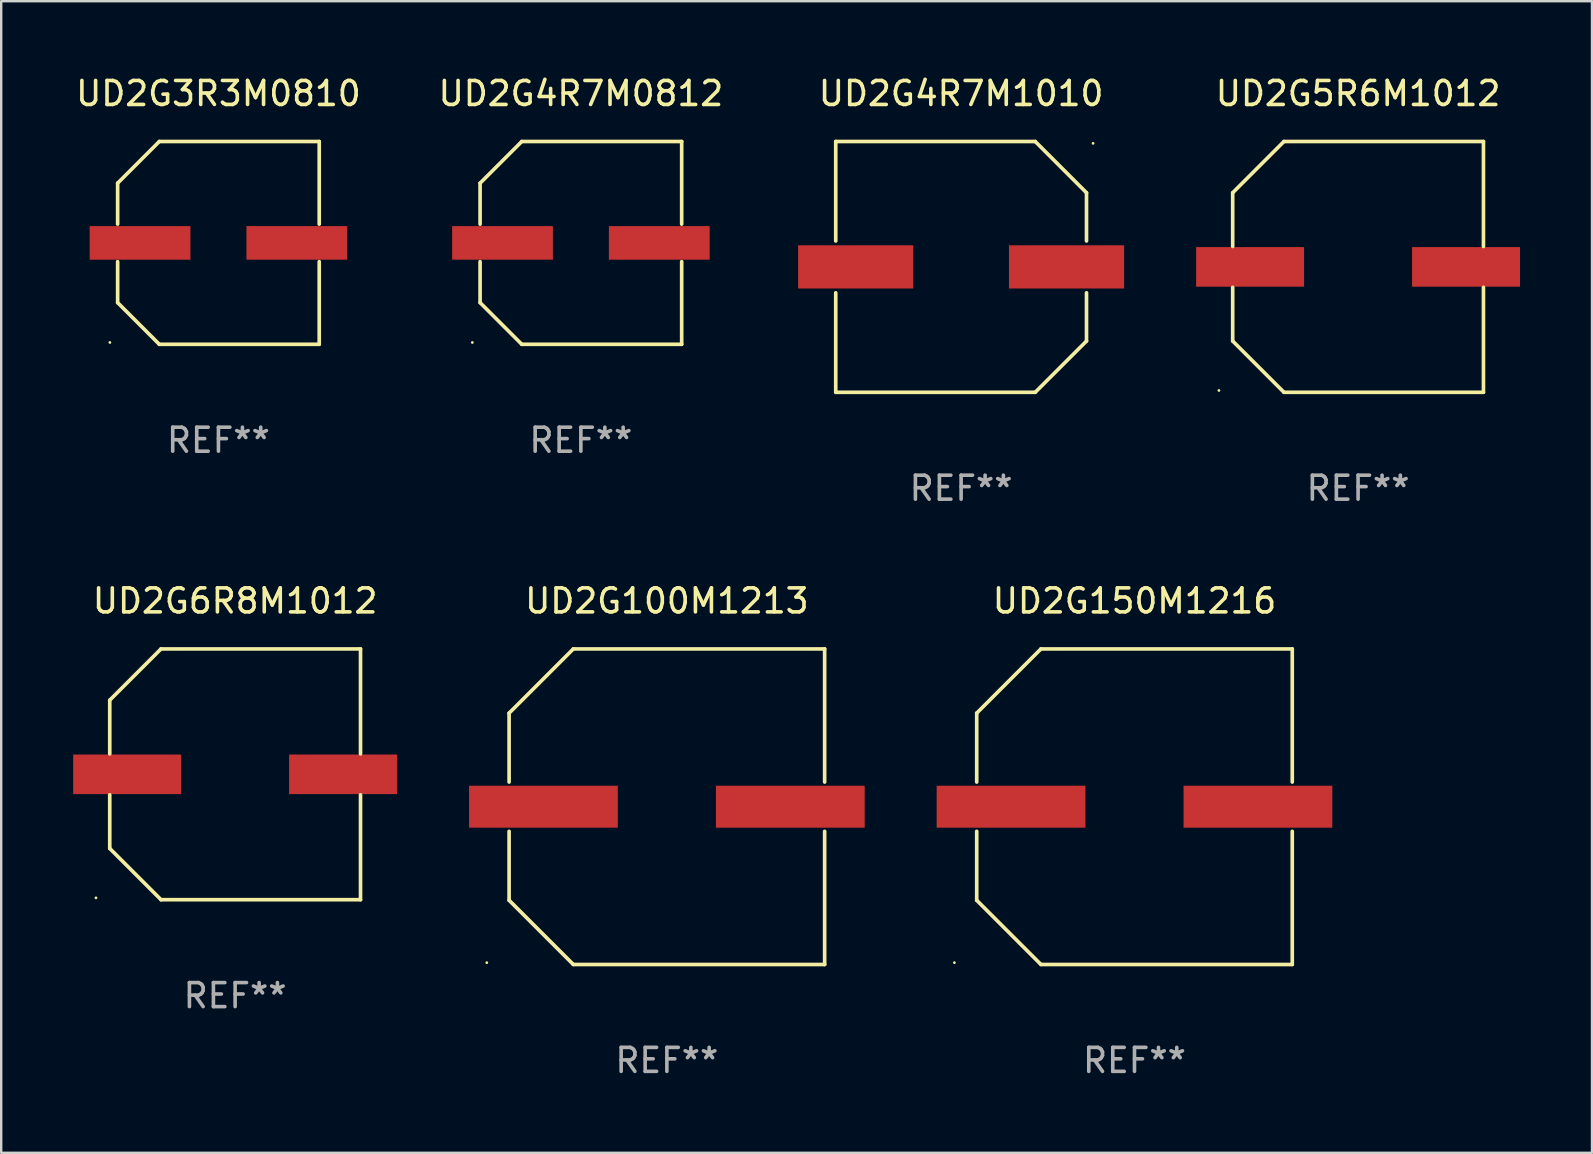
<source format=kicad_pcb>
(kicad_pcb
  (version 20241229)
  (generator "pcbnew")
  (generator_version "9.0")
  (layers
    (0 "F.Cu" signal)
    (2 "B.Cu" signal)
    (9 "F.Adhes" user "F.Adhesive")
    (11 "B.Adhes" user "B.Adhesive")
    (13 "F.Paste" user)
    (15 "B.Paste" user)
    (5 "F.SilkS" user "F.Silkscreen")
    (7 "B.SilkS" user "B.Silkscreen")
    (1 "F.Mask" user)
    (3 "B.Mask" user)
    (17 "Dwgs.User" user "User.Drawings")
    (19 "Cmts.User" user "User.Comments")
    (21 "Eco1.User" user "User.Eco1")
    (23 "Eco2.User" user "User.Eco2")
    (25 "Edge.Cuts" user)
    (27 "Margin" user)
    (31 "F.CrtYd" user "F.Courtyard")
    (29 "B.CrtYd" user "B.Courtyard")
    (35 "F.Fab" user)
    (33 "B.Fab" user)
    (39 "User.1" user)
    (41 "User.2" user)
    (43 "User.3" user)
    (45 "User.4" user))
  (footprint "UD2G4R7M0812"
    (layer "F.Cu")
    (at 21.161 7.074)
    (property "Reference" "UD2G4R7M0812" (at 0 -6.226 0) (layer "F.SilkS") (effects (font (size 1 1) (thickness 0.15))))
    (attr through_hole)
    (fp_line (start -4.201 -2.49) (end -4.201 -0.782) (stroke (width 0.152) (type solid)) (layer "F.SilkS"))
    (fp_line (start -4.201 2.49) (end -4.201 0.782) (stroke (width 0.152) (type solid)) (layer "F.SilkS"))
    (fp_line (start -2.465 -4.226) (end -4.201 -2.49) (stroke (width 0.152) (type solid)) (layer "F.SilkS"))
    (fp_line (start -2.465 4.226) (end -4.201 2.49) (stroke (width 0.152) (type solid)) (layer "F.SilkS"))
    (fp_line (start 4.201 -4.226) (end -2.465 -4.226) (stroke (width 0.152) (type solid)) (layer "F.SilkS"))
    (fp_line (start 4.201 -0.782) (end 4.201 -4.226) (stroke (width 0.152) (type solid)) (layer "F.SilkS"))
    (fp_line (start 4.201 0.782) (end 4.201 4.226) (stroke (width 0.152) (type solid)) (layer "F.SilkS"))
    (fp_line (start 4.201 4.226) (end -2.465 4.226) (stroke (width 0.152) (type solid)) (layer "F.SilkS"))
    (fp_circle (center -4.524 4.15) (end -4.494 4.15) (stroke (width 0.06) (type solid)) (fill no) (layer "F.SilkS"))
    (fp_text user "REF**" (at 0 8.226 0) (layer "F.Fab") (effects (font (size 1 1) (thickness 0.15))))
    (pad "1" smd rect (at -3.267 0) (size 4.2 1.4) (layers "F.Cu" "F.Mask" "F.Paste"))
    (pad "2" smd rect (at 3.267 0) (size 4.2 1.4) (layers "F.Cu" "F.Mask" "F.Paste")))
  (footprint "UD2G3R3M0810"
    (layer "F.Cu")
    (at 6.054 7.074)
    (property "Reference" "UD2G3R3M0810" (at 0 -6.226 0) (layer "F.SilkS") (effects (font (size 1 1) (thickness 0.15))))
    (attr through_hole)
    (fp_line (start -4.201 -2.49) (end -4.201 -0.782) (stroke (width 0.152) (type solid)) (layer "F.SilkS"))
    (fp_line (start -4.201 2.49) (end -4.201 0.782) (stroke (width 0.152) (type solid)) (layer "F.SilkS"))
    (fp_line (start -2.465 -4.226) (end -4.201 -2.49) (stroke (width 0.152) (type solid)) (layer "F.SilkS"))
    (fp_line (start -2.465 4.226) (end -4.201 2.49) (stroke (width 0.152) (type solid)) (layer "F.SilkS"))
    (fp_line (start 4.201 -4.226) (end -2.465 -4.226) (stroke (width 0.152) (type solid)) (layer "F.SilkS"))
    (fp_line (start 4.201 -0.782) (end 4.201 -4.226) (stroke (width 0.152) (type solid)) (layer "F.SilkS"))
    (fp_line (start 4.201 0.782) (end 4.201 4.226) (stroke (width 0.152) (type solid)) (layer "F.SilkS"))
    (fp_line (start 4.201 4.226) (end -2.465 4.226) (stroke (width 0.152) (type solid)) (layer "F.SilkS"))
    (fp_circle (center -4.524 4.15) (end -4.494 4.15) (stroke (width 0.06) (type solid)) (fill no) (layer "F.SilkS"))
    (fp_text user "REF**" (at 0 8.226 0) (layer "F.Fab") (effects (font (size 1 1) (thickness 0.15))))
    (pad "1" smd rect (at -3.267 0) (size 4.2 1.4) (layers "F.Cu" "F.Mask" "F.Paste"))
    (pad "2" smd rect (at 3.267 0) (size 4.2 1.4) (layers "F.Cu" "F.Mask" "F.Paste")))
  (footprint "UD2G5R6M1012"
    (layer "F.Cu")
    (at 53.554 8.074)
    (property "Reference" "UD2G5R6M1012" (at 0 -7.226 0) (layer "F.SilkS") (effects (font (size 1 1) (thickness 0.15))))
    (attr through_hole)
    (fp_line (start -5.226 -3.09) (end -5.226 -0.852) (stroke (width 0.152) (type solid)) (layer "F.SilkS"))
    (fp_line (start -5.226 3.09) (end -5.226 0.852) (stroke (width 0.152) (type solid)) (layer "F.SilkS"))
    (fp_line (start -3.09 -5.226) (end -5.226 -3.09) (stroke (width 0.152) (type solid)) (layer "F.SilkS"))
    (fp_line (start -3.09 5.226) (end -5.226 3.09) (stroke (width 0.152) (type solid)) (layer "F.SilkS"))
    (fp_line (start 5.226 -5.226) (end -3.09 -5.226) (stroke (width 0.152) (type solid)) (layer "F.SilkS"))
    (fp_line (start 5.226 -0.852) (end 5.226 -5.226) (stroke (width 0.152) (type solid)) (layer "F.SilkS"))
    (fp_line (start 5.226 0.852) (end 5.226 5.226) (stroke (width 0.152) (type solid)) (layer "F.SilkS"))
    (fp_line (start 5.226 5.226) (end -3.09 5.226) (stroke (width 0.152) (type solid)) (layer "F.SilkS"))
    (fp_circle (center -5.8 5.15) (end -5.77 5.15) (stroke (width 0.06) (type solid)) (fill no) (layer "F.SilkS"))
    (fp_text user "REF**" (at 0 9.226 0) (layer "F.Fab") (effects (font (size 1 1) (thickness 0.15))))
    (pad "1" smd rect (at -4.5 0) (size 4.5 1.65) (layers "F.Cu" "F.Mask" "F.Paste"))
    (pad "2" smd rect (at 4.5 0) (size 4.5 1.65) (layers "F.Cu" "F.Mask" "F.Paste")))
  (footprint "UD2G4R7M1010"
    (layer "F.Cu")
    (at 37.009 8.074)
    (property "Reference" "UD2G4R7M1010" (at 0 -7.226 0) (layer "F.SilkS") (effects (font (size 1 1) (thickness 0.15))))
    (attr through_hole)
    (fp_line (start -5.226 -5.226) (end -5.226 -1.08) (stroke (width 0.152) (type solid)) (layer "F.SilkS"))
    (fp_line (start -5.226 -5.226) (end 3.09 -5.226) (stroke (width 0.152) (type solid)) (layer "F.SilkS"))
    (fp_line (start -5.226 1.08) (end -5.226 5.226) (stroke (width 0.152) (type solid)) (layer "F.SilkS"))
    (fp_line (start -5.226 5.226) (end 3.09 5.226) (stroke (width 0.152) (type solid)) (layer "F.SilkS"))
    (fp_line (start 3.09 -5.226) (end 5.226 -3.09) (stroke (width 0.152) (type solid)) (layer "F.SilkS"))
    (fp_line (start 3.09 5.226) (end 5.226 3.09) (stroke (width 0.152) (type solid)) (layer "F.SilkS"))
    (fp_line (start 5.226 -1.08) (end 5.226 -3.09) (stroke (width 0.152) (type solid)) (layer "F.SilkS"))
    (fp_line (start 5.226 3.09) (end 5.226 1.08) (stroke (width 0.152) (type solid)) (layer "F.SilkS"))
    (fp_circle (center 5.5 -5.15) (end 5.53 -5.15) (stroke (width 0.06) (type solid)) (fill no) (layer "F.SilkS"))
    (fp_text user "REF**" (at 0 9.226 0) (layer "F.Fab") (effects (font (size 1 1) (thickness 0.15))))
    (pad "1" smd rect (at 4.395 0 180) (size 4.8 1.8) (layers "F.Cu" "F.Mask" "F.Paste"))
    (pad "2" smd rect (at -4.395 0 180) (size 4.8 1.8) (layers "F.Cu" "F.Mask" "F.Paste")))
  (footprint "UD2G150M1216"
    (layer "F.Cu")
    (at 44.235 30.573)
    (property "Reference" "UD2G150M1216" (at 0 -8.576 0) (layer "F.SilkS") (effects (font (size 1 1) (thickness 0.15))))
    (attr through_hole)
    (fp_line (start -6.576 -3.9) (end -6.576 -1.027) (stroke (width 0.152) (type solid)) (layer "F.SilkS"))
    (fp_line (start -6.576 3.9) (end -6.576 1.027) (stroke (width 0.152) (type solid)) (layer "F.SilkS"))
    (fp_line (start -3.9 -6.576) (end -6.576 -3.9) (stroke (width 0.152) (type solid)) (layer "F.SilkS"))
    (fp_line (start -3.9 6.576) (end -6.576 3.9) (stroke (width 0.152) (type solid)) (layer "F.SilkS"))
    (fp_line (start 6.576 -6.576) (end -3.9 -6.576) (stroke (width 0.152) (type solid)) (layer "F.SilkS"))
    (fp_line (start 6.576 -1.027) (end 6.576 -6.576) (stroke (width 0.152) (type solid)) (layer "F.SilkS"))
    (fp_line (start 6.576 1.027) (end 6.576 6.576) (stroke (width 0.152) (type solid)) (layer "F.SilkS"))
    (fp_line (start 6.576 6.576) (end -3.9 6.576) (stroke (width 0.152) (type solid)) (layer "F.SilkS"))
    (fp_circle (center -7.506 6.5) (end -7.476 6.5) (stroke (width 0.06) (type solid)) (fill no) (layer "F.SilkS"))
    (fp_text user "REF**" (at 0 10.576 0) (layer "F.Fab") (effects (font (size 1 1) (thickness 0.15))))
    (pad "1" smd rect (at -5.145 0) (size 6.2 1.75) (layers "F.Cu" "F.Mask" "F.Paste"))
    (pad "2" smd rect (at 5.145 0) (size 6.2 1.75) (layers "F.Cu" "F.Mask" "F.Paste")))
  (footprint "UD2G6R8M1012"
    (layer "F.Cu")
    (at 6.75 29.223)
    (property "Reference" "UD2G6R8M1012" (at 0 -7.226 0) (layer "F.SilkS") (effects (font (size 1 1) (thickness 0.15))))
    (attr through_hole)
    (fp_line (start -5.226 -3.09) (end -5.226 -0.852) (stroke (width 0.152) (type solid)) (layer "F.SilkS"))
    (fp_line (start -5.226 3.09) (end -5.226 0.852) (stroke (width 0.152) (type solid)) (layer "F.SilkS"))
    (fp_line (start -3.09 -5.226) (end -5.226 -3.09) (stroke (width 0.152) (type solid)) (layer "F.SilkS"))
    (fp_line (start -3.09 5.226) (end -5.226 3.09) (stroke (width 0.152) (type solid)) (layer "F.SilkS"))
    (fp_line (start 5.226 -5.226) (end -3.09 -5.226) (stroke (width 0.152) (type solid)) (layer "F.SilkS"))
    (fp_line (start 5.226 -0.852) (end 5.226 -5.226) (stroke (width 0.152) (type solid)) (layer "F.SilkS"))
    (fp_line (start 5.226 0.852) (end 5.226 5.226) (stroke (width 0.152) (type solid)) (layer "F.SilkS"))
    (fp_line (start 5.226 5.226) (end -3.09 5.226) (stroke (width 0.152) (type solid)) (layer "F.SilkS"))
    (fp_circle (center -5.8 5.15) (end -5.77 5.15) (stroke (width 0.06) (type solid)) (fill no) (layer "F.SilkS"))
    (fp_text user "REF**" (at 0 9.226 0) (layer "F.Fab") (effects (font (size 1 1) (thickness 0.15))))
    (pad "1" smd rect (at -4.5 0) (size 4.5 1.65) (layers "F.Cu" "F.Mask" "F.Paste"))
    (pad "2" smd rect (at 4.5 0) (size 4.5 1.65) (layers "F.Cu" "F.Mask" "F.Paste")))
  (footprint "UD2G100M1213"
    (layer "F.Cu")
    (at 24.745 30.573)
    (property "Reference" "UD2G100M1213" (at 0 -8.576 0) (layer "F.SilkS") (effects (font (size 1 1) (thickness 0.15))))
    (attr through_hole)
    (fp_line (start -6.576 -3.9) (end -6.576 -1.027) (stroke (width 0.152) (type solid)) (layer "F.SilkS"))
    (fp_line (start -6.576 3.9) (end -6.576 1.027) (stroke (width 0.152) (type solid)) (layer "F.SilkS"))
    (fp_line (start -3.9 -6.576) (end -6.576 -3.9) (stroke (width 0.152) (type solid)) (layer "F.SilkS"))
    (fp_line (start -3.9 6.576) (end -6.576 3.9) (stroke (width 0.152) (type solid)) (layer "F.SilkS"))
    (fp_line (start 6.576 -6.576) (end -3.9 -6.576) (stroke (width 0.152) (type solid)) (layer "F.SilkS"))
    (fp_line (start 6.576 -1.027) (end 6.576 -6.576) (stroke (width 0.152) (type solid)) (layer "F.SilkS"))
    (fp_line (start 6.576 1.027) (end 6.576 6.576) (stroke (width 0.152) (type solid)) (layer "F.SilkS"))
    (fp_line (start 6.576 6.576) (end -3.9 6.576) (stroke (width 0.152) (type solid)) (layer "F.SilkS"))
    (fp_circle (center -7.506 6.5) (end -7.476 6.5) (stroke (width 0.06) (type solid)) (fill no) (layer "F.SilkS"))
    (fp_text user "REF**" (at 0 10.576 0) (layer "F.Fab") (effects (font (size 1 1) (thickness 0.15))))
    (pad "1" smd rect (at -5.145 0) (size 6.2 1.75) (layers "F.Cu" "F.Mask" "F.Paste"))
    (pad "2" smd rect (at 5.145 0) (size 6.2 1.75) (layers "F.Cu" "F.Mask" "F.Paste")))
  (gr_rect
    (start -3 -3)
    (end 63.304 44.998)
    (stroke (width 0.1) (type default))
    (fill no)
    (layer "Edge.Cuts")))
</source>
